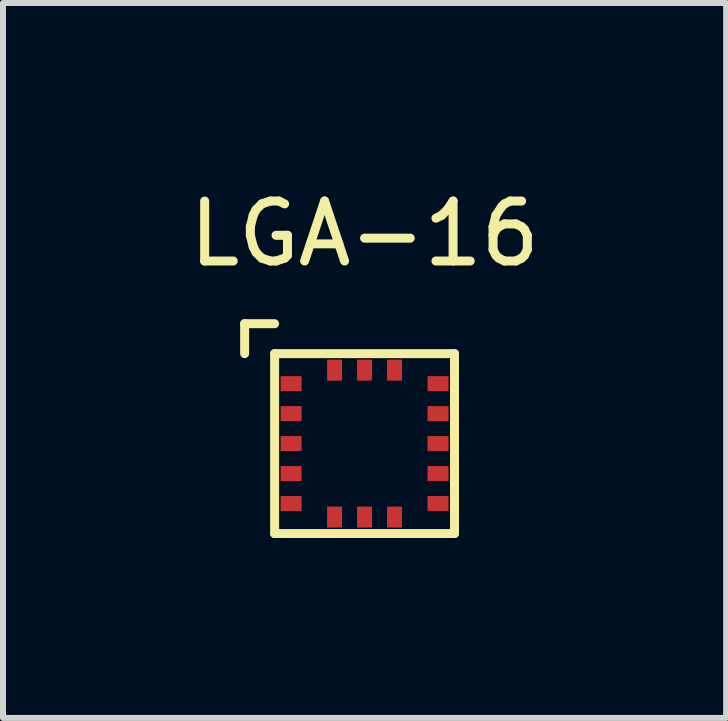
<source format=kicad_pcb>
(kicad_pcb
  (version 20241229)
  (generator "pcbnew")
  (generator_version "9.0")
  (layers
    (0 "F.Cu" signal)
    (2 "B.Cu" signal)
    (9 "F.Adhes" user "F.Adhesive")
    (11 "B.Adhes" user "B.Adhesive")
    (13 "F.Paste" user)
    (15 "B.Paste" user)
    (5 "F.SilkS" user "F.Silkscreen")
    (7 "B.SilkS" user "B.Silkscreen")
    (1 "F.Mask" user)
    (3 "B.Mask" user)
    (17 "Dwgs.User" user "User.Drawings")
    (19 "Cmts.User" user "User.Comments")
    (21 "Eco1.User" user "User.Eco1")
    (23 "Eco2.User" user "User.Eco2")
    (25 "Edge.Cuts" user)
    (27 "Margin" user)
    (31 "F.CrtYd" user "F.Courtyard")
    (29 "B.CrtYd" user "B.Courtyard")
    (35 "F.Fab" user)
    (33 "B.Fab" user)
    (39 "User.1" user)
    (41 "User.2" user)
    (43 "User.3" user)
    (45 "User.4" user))
  (footprint "LGA-16"
    (layer "F.Cu")
    (at 3.03 4.348)
    (property "Reference" "LGA-16" (at 0 -3.5 0) (layer "F.SilkS") (effects (font (size 1 1) (thickness 0.15))))
    (attr through_hole)
    (fp_line (start -2 -2) (end -2 -1.5) (stroke (width 0.15) (type solid)) (layer "F.SilkS"))
    (fp_line (start -1.5 -2) (end -2 -2) (stroke (width 0.15) (type solid)) (layer "F.SilkS"))
    (fp_line (start -1.5 -1.5) (end -1.5 1.5) (stroke (width 0.15) (type solid)) (layer "F.SilkS"))
    (fp_line (start -1.5 1.5) (end 1.5 1.5) (stroke (width 0.15) (type solid)) (layer "F.SilkS"))
    (fp_line (start 1.5 -1.5) (end -1.5 -1.5) (stroke (width 0.15) (type solid)) (layer "F.SilkS"))
    (fp_line (start 1.5 1.5) (end 1.5 -1.5) (stroke (width 0.15) (type solid)) (layer "F.SilkS"))
    (pad "1" smd rect (at -1.225 -1) (size 0.35 0.25) (layers "F.Cu" "F.Mask" "F.Paste"))
    (pad "2" smd rect (at -1.225 -0.5) (size 0.35 0.25) (layers "F.Cu" "F.Mask" "F.Paste"))
    (pad "3" smd rect (at -1.225 0) (size 0.35 0.25) (layers "F.Cu" "F.Mask" "F.Paste"))
    (pad "4" smd rect (at -1.225 0.5) (size 0.35 0.25) (layers "F.Cu" "F.Mask" "F.Paste"))
    (pad "5" smd rect (at -1.225 1) (size 0.35 0.25) (layers "F.Cu" "F.Mask" "F.Paste"))
    (pad "6" smd rect (at -0.5 1.225 90) (size 0.35 0.25) (layers "F.Cu" "F.Mask" "F.Paste"))
    (pad "7" smd rect (at 0 1.225 90) (size 0.35 0.25) (layers "F.Cu" "F.Mask" "F.Paste"))
    (pad "8" smd rect (at 0.5 1.225 90) (size 0.35 0.25) (layers "F.Cu" "F.Mask" "F.Paste"))
    (pad "9" smd rect (at 1.225 1) (size 0.35 0.25) (layers "F.Cu" "F.Mask" "F.Paste"))
    (pad "10" smd rect (at 1.225 0.5) (size 0.35 0.25) (layers "F.Cu" "F.Mask" "F.Paste"))
    (pad "11" smd rect (at 1.225 0) (size 0.35 0.25) (layers "F.Cu" "F.Mask" "F.Paste"))
    (pad "12" smd rect (at 1.225 -0.5) (size 0.35 0.25) (layers "F.Cu" "F.Mask" "F.Paste"))
    (pad "13" smd rect (at 1.225 -1) (size 0.35 0.25) (layers "F.Cu" "F.Mask" "F.Paste"))
    (pad "14" smd rect (at 0.5 -1.225 90) (size 0.35 0.25) (layers "F.Cu" "F.Mask" "F.Paste"))
    (pad "15" smd rect (at 0 -1.225 90) (size 0.35 0.25) (layers "F.Cu" "F.Mask" "F.Paste"))
    (pad "16" smd rect (at -0.5 -1.225 90) (size 0.35 0.25) (layers "F.Cu" "F.Mask" "F.Paste")))
  (gr_rect
    (start -3 -3)
    (end 9.06 8.923)
    (stroke (width 0.1) (type default))
    (fill no)
    (layer "Edge.Cuts")))
</source>
